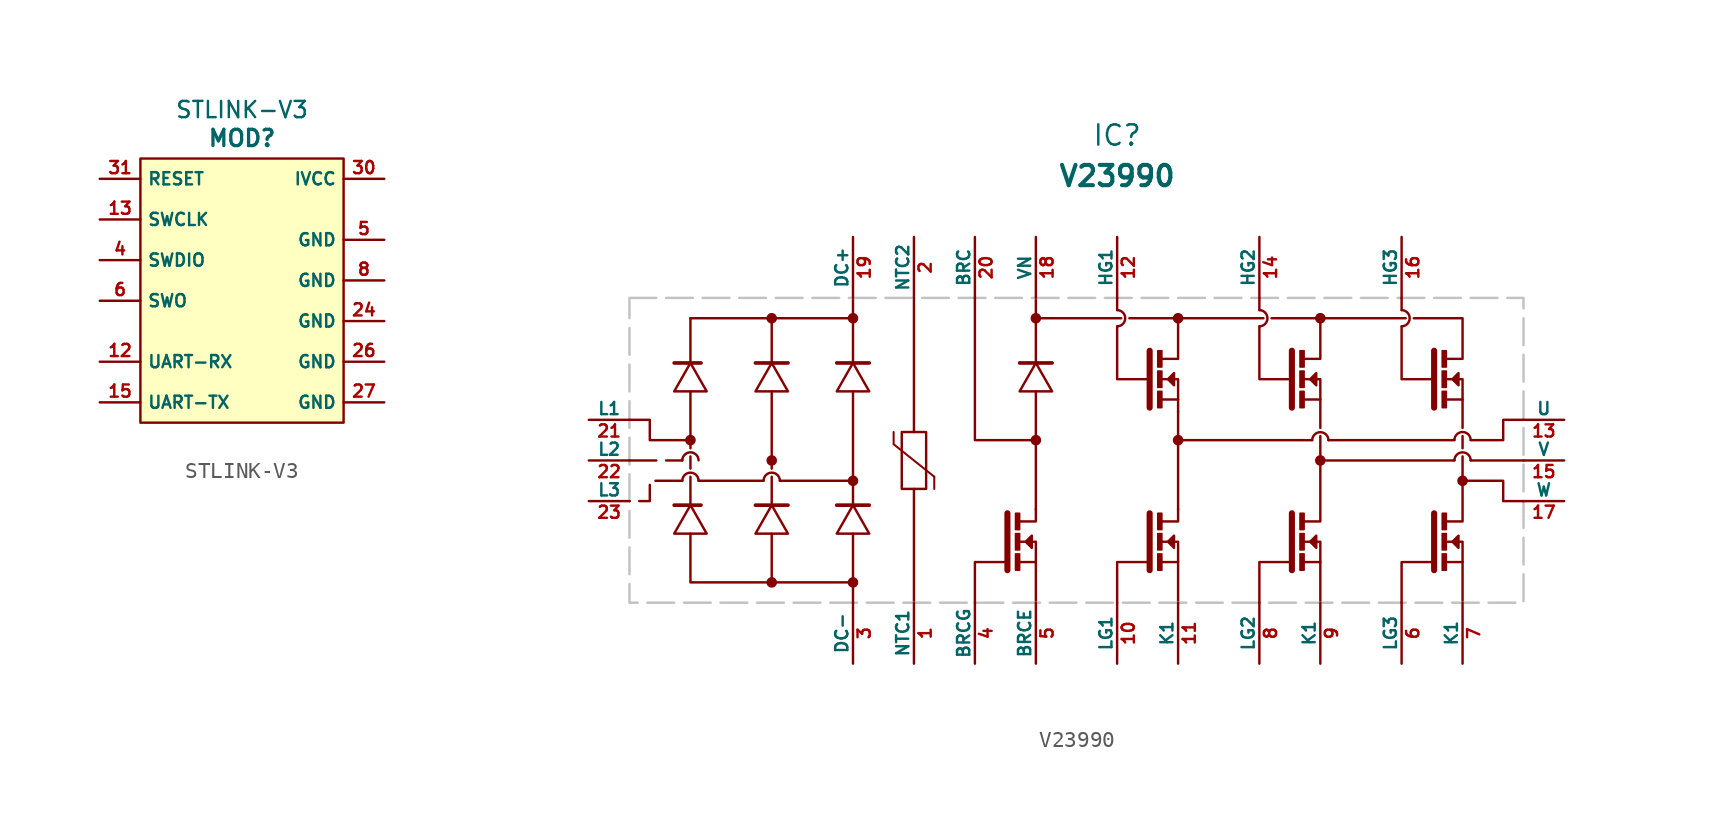
<source format=kicad_sym>
(kicad_symbol_lib
  (version 20220914)
  (generator kicad_symbol_editor)
  (symbol "STLINK-V3"
    (pin_names
      (offset 0.406))
    (property "Reference" "MOD"
      (at 0 10.16 0)
      (effects (font (size 1.016 1.016) bold)))
    (property "Value" "STLINK-V3"
      (at 0 11.938 0)
      (effects (font (size 1.016 1.016))))
    (symbol "STLINK-V3_0_1"
      (rectangle (start -6.35 8.89) (end 6.35 -7.62) (stroke (width 0) (type solid)) (fill (type background))))
    (symbol "STLINK-V3_1_1"
      (pin passive line (at -8.89 -3.81 0) (length 2.54) (name "UART-RX" (effects (font (size 0.762 0.762)))) (number "12" (effects (font (size 0.762 0.762)))))
      (pin passive line (at -8.89 5.08 0) (length 2.54) (name "SWCLK" (effects (font (size 0.762 0.762)))) (number "13" (effects (font (size 0.762 0.762)))))
      (pin passive line (at -8.89 -6.35 0) (length 2.54) (name "UART-TX" (effects (font (size 0.762 0.762)))) (number "15" (effects (font (size 0.762 0.762)))))
      (pin power_in line (at 8.89 -1.27 180) (length 2.54) (name "GND" (effects (font (size 0.762 0.762)))) (number "24" (effects (font (size 0.762 0.762)))))
      (pin power_in line (at 8.89 -3.81 180) (length 2.54) (name "GND" (effects (font (size 0.762 0.762)))) (number "26" (effects (font (size 0.762 0.762)))))
      (pin power_in line (at 8.89 -6.35 180) (length 2.54) (name "GND" (effects (font (size 0.762 0.762)))) (number "27" (effects (font (size 0.762 0.762)))))
      (pin input line (at 8.89 7.62 180) (length 2.54) (name "IVCC" (effects (font (size 0.762 0.762)))) (number "30" (effects (font (size 0.762 0.762)))))
      (pin passive line (at -8.89 7.62 0) (length 2.54) (name "RESET" (effects (font (size 0.762 0.762)))) (number "31" (effects (font (size 0.762 0.762)))))
      (pin passive line (at -8.89 2.54 0) (length 2.54) (name "SWDIO" (effects (font (size 0.762 0.762)))) (number "4" (effects (font (size 0.762 0.762)))))
      (pin power_in line (at 8.89 3.81 180) (length 2.54) (name "GND" (effects (font (size 0.762 0.762)))) (number "5" (effects (font (size 0.762 0.762)))))
      (pin passive line (at -8.89 0 0) (length 2.54) (name "SWO" (effects (font (size 0.762 0.762)))) (number "6" (effects (font (size 0.762 0.762)))))
      (pin power_in line (at 8.89 1.27 180) (length 2.54) (name "GND" (effects (font (size 0.762 0.762)))) (number "8" (effects (font (size 0.762 0.762)))))))
  (symbol "V23990"
    (pin_names
      (offset 0))
    (property "Reference" "IC"
      (at 0 20.32 0)
      (effects (font (size 1.27 1.27))))
    (property "Value" "V23990"
      (at 0 17.78 0)
      (effects (font (size 1.27 1.27) bold)))
    (symbol "V23990_0_1"
      (rectangle (start -13.462 1.778) (end -11.938 -1.778) (stroke (width 0) (type solid)) (fill (type none)))
      (polyline (pts (xy -26.67 -1.016) (xy -26.67 -2.794)) (stroke (width 0) (type solid)) (fill (type none)))
      (polyline (pts (xy -26.67 0.254) (xy -26.67 -0.508)) (stroke (width 0) (type solid)) (fill (type none)))
      (polyline (pts (xy -26.67 4.318) (xy -26.67 0.762)) (stroke (width 0) (type solid)) (fill (type none)))
      (polyline (pts (xy -26.67 8.89) (xy -26.67 6.096)) (stroke (width 0) (type solid)) (fill (type none)))
      (polyline (pts (xy -21.59 -1.016) (xy -21.59 -2.794)) (stroke (width 0) (type solid)) (fill (type none)))
      (polyline (pts (xy -21.59 4.318) (xy -21.59 -0.508)) (stroke (width 0) (type solid)) (fill (type none)))
      (polyline (pts (xy -21.59 8.89) (xy -21.59 6.096)) (stroke (width 0) (type solid)) (fill (type none)))
      (polyline (pts (xy -16.51 4.318) (xy -16.51 -2.794)) (stroke (width 0) (type solid)) (fill (type none)))
      (polyline (pts (xy -16.51 10.16) (xy -16.51 6.096)) (stroke (width 0) (type solid)) (fill (type none)))
      (polyline (pts (xy -12.7 -1.778) (xy -12.7 -8.89)) (stroke (width 0) (type default)) (fill (type none)))
      (polyline (pts (xy -12.7 10.16) (xy -12.7 1.778)) (stroke (width 0) (type default)) (fill (type none)))
      (polyline (pts (xy -11.43 -1.016) (xy -11.43 -1.778)) (stroke (width 0.127) (type solid)) (fill (type none)))
      (polyline (pts (xy -6.858 -3.302) (xy -6.858 -6.858)) (stroke (width 0.381) (type solid)) (fill (type none)))
      (polyline (pts (xy -5.08 10.16) (xy -5.08 6.096)) (stroke (width 0) (type solid)) (fill (type none)))
      (polyline (pts (xy 2.032 -3.302) (xy 2.032 -6.858)) (stroke (width 0.381) (type solid)) (fill (type none)))
      (polyline (pts (xy 2.032 6.858) (xy 2.032 3.302)) (stroke (width 0.381) (type solid)) (fill (type none)))
      (polyline (pts (xy 10.922 -3.302) (xy 10.922 -6.858)) (stroke (width 0.381) (type solid)) (fill (type none)))
      (polyline (pts (xy 10.922 6.858) (xy 10.922 3.302)) (stroke (width 0.381) (type solid)) (fill (type none)))
      (polyline (pts (xy 19.812 -3.302) (xy 19.812 -6.858)) (stroke (width 0.381) (type solid)) (fill (type none)))
      (polyline (pts (xy 19.812 6.858) (xy 19.812 3.302)) (stroke (width 0.381) (type solid)) (fill (type none)))
      (polyline (pts (xy -11.43 -1.016) (xy -13.97 1.016) (xy -13.97 1.778)) (stroke (width 0.127) (type solid)) (fill (type none)))
      (polyline (pts (xy -6.223 -5.08) (xy -5.08 -5.08) (xy -5.08 -6.35)) (stroke (width 0) (type solid)) (fill (type none)))
      (polyline (pts (xy -6.096 -6.35) (xy -5.08 -6.35) (xy -5.08 -8.89)) (stroke (width 0) (type solid)) (fill (type none)))
      (polyline (pts (xy -6.096 -3.81) (xy -5.08 -3.81) (xy -5.08 -3.048)) (stroke (width 0) (type solid)) (fill (type none)))
      (polyline (pts (xy 2.667 -5.08) (xy 3.81 -5.08) (xy 3.81 -6.35)) (stroke (width 0) (type solid)) (fill (type none)))
      (polyline (pts (xy 2.667 5.08) (xy 3.81 5.08) (xy 3.81 3.81)) (stroke (width 0) (type solid)) (fill (type none)))
      (polyline (pts (xy 2.794 -6.35) (xy 3.81 -6.35) (xy 3.81 -8.89)) (stroke (width 0) (type solid)) (fill (type none)))
      (polyline (pts (xy 2.794 -3.81) (xy 3.81 -3.81) (xy 3.81 -3.048)) (stroke (width 0) (type solid)) (fill (type none)))
      (polyline (pts (xy 2.794 3.81) (xy 3.81 3.81) (xy 3.81 3.048)) (stroke (width 0) (type solid)) (fill (type none)))
      (polyline (pts (xy 2.794 6.35) (xy 3.81 6.35) (xy 3.81 8.89)) (stroke (width 0) (type solid)) (fill (type none)))
      (polyline (pts (xy 11.557 -5.08) (xy 12.7 -5.08) (xy 12.7 -6.35)) (stroke (width 0) (type solid)) (fill (type none)))
      (polyline (pts (xy 11.557 5.08) (xy 12.7 5.08) (xy 12.7 3.81)) (stroke (width 0) (type solid)) (fill (type none)))
      (polyline (pts (xy 11.684 -6.35) (xy 12.7 -6.35) (xy 12.7 -8.89)) (stroke (width 0) (type solid)) (fill (type none)))
      (polyline (pts (xy 11.684 -3.81) (xy 12.7 -3.81) (xy 12.7 1.524)) (stroke (width 0) (type solid)) (fill (type none)))
      (polyline (pts (xy 11.684 3.81) (xy 12.7 3.81) (xy 12.7 2.032)) (stroke (width 0) (type solid)) (fill (type none)))
      (polyline (pts (xy 11.684 6.35) (xy 12.7 6.35) (xy 12.7 8.89)) (stroke (width 0) (type solid)) (fill (type none)))
      (polyline (pts (xy 20.447 -5.08) (xy 21.59 -5.08) (xy 21.59 -6.35)) (stroke (width 0) (type solid)) (fill (type none)))
      (polyline (pts (xy 20.447 5.08) (xy 21.59 5.08) (xy 21.59 3.81)) (stroke (width 0) (type solid)) (fill (type none)))
      (polyline (pts (xy 20.574 -6.35) (xy 21.59 -6.35) (xy 21.59 -8.89)) (stroke (width 0) (type solid)) (fill (type none)))
      (polyline (pts (xy 20.574 -3.81) (xy 21.59 -3.81) (xy 21.59 0.254)) (stroke (width 0) (type solid)) (fill (type none)))
      (polyline (pts (xy 20.574 3.81) (xy 21.59 3.81) (xy 21.59 2.032)) (stroke (width 0) (type solid)) (fill (type none)))
      (polyline (pts (xy -5.715 -5.08) (xy -5.334 -4.699) (xy -5.334 -5.461) (xy -5.715 -5.08)) (stroke (width 0) (type solid)) (fill (type outline)))
      (polyline (pts (xy 3.175 -5.08) (xy 3.556 -4.699) (xy 3.556 -5.461) (xy 3.175 -5.08)) (stroke (width 0) (type solid)) (fill (type outline)))
      (polyline (pts (xy 3.175 5.08) (xy 3.556 5.461) (xy 3.556 4.699) (xy 3.175 5.08)) (stroke (width 0) (type solid)) (fill (type outline)))
      (polyline (pts (xy 12.065 -5.08) (xy 12.446 -4.699) (xy 12.446 -5.461) (xy 12.065 -5.08)) (stroke (width 0) (type solid)) (fill (type outline)))
      (polyline (pts (xy 12.065 5.08) (xy 12.446 5.461) (xy 12.446 4.699) (xy 12.065 5.08)) (stroke (width 0) (type solid)) (fill (type outline)))
      (polyline (pts (xy 20.955 -5.08) (xy 21.336 -4.699) (xy 21.336 -5.461) (xy 20.955 -5.08)) (stroke (width 0) (type solid)) (fill (type outline)))
      (polyline (pts (xy 20.955 5.08) (xy 21.336 5.461) (xy 21.336 4.699) (xy 20.955 5.08)) (stroke (width 0) (type solid)) (fill (type outline)))
      (polyline (pts (xy -26.67 -4.572) (xy -25.654 -4.572) (xy -26.67 -2.794) (xy -27.686 -4.572) (xy -26.67 -4.572)) (stroke (width 0) (type solid)) (fill (type none)))
      (polyline (pts (xy -26.67 4.318) (xy -25.654 4.318) (xy -26.67 6.096) (xy -27.686 4.318) (xy -26.67 4.318)) (stroke (width 0) (type solid)) (fill (type none)))
      (polyline (pts (xy -21.59 -4.572) (xy -20.574 -4.572) (xy -21.59 -2.794) (xy -22.606 -4.572) (xy -21.59 -4.572)) (stroke (width 0) (type solid)) (fill (type none)))
      (polyline (pts (xy -21.59 4.318) (xy -20.574 4.318) (xy -21.59 6.096) (xy -22.606 4.318) (xy -21.59 4.318)) (stroke (width 0) (type solid)) (fill (type none)))
      (polyline (pts (xy -16.51 -4.572) (xy -15.494 -4.572) (xy -16.51 -2.794) (xy -17.526 -4.572) (xy -16.51 -4.572)) (stroke (width 0) (type solid)) (fill (type none)))
      (polyline (pts (xy -16.51 4.318) (xy -15.494 4.318) (xy -16.51 6.096) (xy -17.526 4.318) (xy -16.51 4.318)) (stroke (width 0) (type solid)) (fill (type none)))
      (polyline (pts (xy -6.35 -5.842) (xy -6.35 -6.858) (xy -6.096 -6.858) (xy -6.096 -5.842) (xy -6.35 -5.842)) (stroke (width 0.102) (type solid)) (fill (type outline)))
      (polyline (pts (xy -6.35 -4.572) (xy -6.35 -5.588) (xy -6.096 -5.588) (xy -6.096 -4.572) (xy -6.35 -4.572)) (stroke (width 0.102) (type solid)) (fill (type outline)))
      (polyline (pts (xy -6.35 -3.302) (xy -6.35 -4.318) (xy -6.096 -4.318) (xy -6.096 -3.302) (xy -6.35 -3.302)) (stroke (width 0.102) (type solid)) (fill (type outline)))
      (polyline (pts (xy -5.08 4.318) (xy -4.064 4.318) (xy -5.08 6.096) (xy -6.096 4.318) (xy -5.08 4.318)) (stroke (width 0) (type solid)) (fill (type none)))
      (polyline (pts (xy 2.54 -5.842) (xy 2.54 -6.858) (xy 2.794 -6.858) (xy 2.794 -5.842) (xy 2.54 -5.842)) (stroke (width 0.102) (type solid)) (fill (type outline)))
      (polyline (pts (xy 2.54 -4.572) (xy 2.54 -5.588) (xy 2.794 -5.588) (xy 2.794 -4.572) (xy 2.54 -4.572)) (stroke (width 0.102) (type solid)) (fill (type outline)))
      (polyline (pts (xy 2.54 -3.302) (xy 2.54 -4.318) (xy 2.794 -4.318) (xy 2.794 -3.302) (xy 2.54 -3.302)) (stroke (width 0.102) (type solid)) (fill (type outline)))
      (polyline (pts (xy 2.54 4.318) (xy 2.54 3.302) (xy 2.794 3.302) (xy 2.794 4.318) (xy 2.54 4.318)) (stroke (width 0.102) (type solid)) (fill (type outline)))
      (polyline (pts (xy 2.54 5.588) (xy 2.54 4.572) (xy 2.794 4.572) (xy 2.794 5.588) (xy 2.54 5.588)) (stroke (width 0.102) (type solid)) (fill (type outline)))
      (polyline (pts (xy 2.54 6.858) (xy 2.54 5.842) (xy 2.794 5.842) (xy 2.794 6.858) (xy 2.54 6.858)) (stroke (width 0.102) (type solid)) (fill (type outline)))
      (polyline (pts (xy 11.43 -5.842) (xy 11.43 -6.858) (xy 11.684 -6.858) (xy 11.684 -5.842) (xy 11.43 -5.842)) (stroke (width 0.102) (type solid)) (fill (type outline)))
      (polyline (pts (xy 11.43 -4.572) (xy 11.43 -5.588) (xy 11.684 -5.588) (xy 11.684 -4.572) (xy 11.43 -4.572)) (stroke (width 0.102) (type solid)) (fill (type outline)))
      (polyline (pts (xy 11.43 -3.302) (xy 11.43 -4.318) (xy 11.684 -4.318) (xy 11.684 -3.302) (xy 11.43 -3.302)) (stroke (width 0.102) (type solid)) (fill (type outline)))
      (polyline (pts (xy 11.43 4.318) (xy 11.43 3.302) (xy 11.684 3.302) (xy 11.684 4.318) (xy 11.43 4.318)) (stroke (width 0.102) (type solid)) (fill (type outline)))
      (polyline (pts (xy 11.43 5.588) (xy 11.43 4.572) (xy 11.684 4.572) (xy 11.684 5.588) (xy 11.43 5.588)) (stroke (width 0.102) (type solid)) (fill (type outline)))
      (polyline (pts (xy 11.43 6.858) (xy 11.43 5.842) (xy 11.684 5.842) (xy 11.684 6.858) (xy 11.43 6.858)) (stroke (width 0.102) (type solid)) (fill (type outline)))
      (polyline (pts (xy 20.32 -5.842) (xy 20.32 -6.858) (xy 20.574 -6.858) (xy 20.574 -5.842) (xy 20.32 -5.842)) (stroke (width 0.102) (type solid)) (fill (type outline)))
      (polyline (pts (xy 20.32 -4.572) (xy 20.32 -5.588) (xy 20.574 -5.588) (xy 20.574 -4.572) (xy 20.32 -4.572)) (stroke (width 0.102) (type solid)) (fill (type outline)))
      (polyline (pts (xy 20.32 -3.302) (xy 20.32 -4.318) (xy 20.574 -4.318) (xy 20.574 -3.302) (xy 20.32 -3.302)) (stroke (width 0.102) (type solid)) (fill (type outline)))
      (polyline (pts (xy 20.32 4.318) (xy 20.32 3.302) (xy 20.574 3.302) (xy 20.574 4.318) (xy 20.32 4.318)) (stroke (width 0.102) (type solid)) (fill (type outline)))
      (polyline (pts (xy 20.32 5.588) (xy 20.32 4.572) (xy 20.574 4.572) (xy 20.574 5.588) (xy 20.32 5.588)) (stroke (width 0.102) (type solid)) (fill (type outline)))
      (polyline (pts (xy 20.32 6.858) (xy 20.32 5.842) (xy 20.574 5.842) (xy 20.574 6.858) (xy 20.32 6.858)) (stroke (width 0.102) (type solid)) (fill (type outline))))
    (symbol "V23990_1_1"
      (rectangle (start -30.48 10.16) (end 25.4 -8.89) (stroke (width 0) (type dash) (color 194 194 194 1)) (fill (type none)))
      (circle (center -26.67 1.27) (radius 0.254) (stroke (width 0) (type default)) (fill (type outline)))
      (arc (start -26.162 -1.2599) (mid -26.67 -0.7619) (end -27.178 -1.2599) (stroke (width 0) (type default)) (fill (type none)))
      (arc (start -26.162 0.0101) (mid -26.67 0.5081) (end -27.178 0.0101) (stroke (width 0) (type default)) (fill (type none)))
      (circle (center -21.59 -7.62) (radius 0.254) (stroke (width 0) (type default)) (fill (type outline)))
      (circle (center -21.59 0) (radius 0.254) (stroke (width 0) (type default)) (fill (type outline)))
      (circle (center -21.59 8.89) (radius 0.254) (stroke (width 0) (type default)) (fill (type outline)))
      (arc (start -21.082 -1.2599) (mid -21.59 -0.7619) (end -22.098 -1.2599) (stroke (width 0) (type default)) (fill (type none)))
      (circle (center -16.51 -7.62) (radius 0.254) (stroke (width 0) (type default)) (fill (type outline)))
      (circle (center -16.51 -1.27) (radius 0.254) (stroke (width 0) (type default)) (fill (type outline)))
      (circle (center -16.51 8.89) (radius 0.254) (stroke (width 0) (type default)) (fill (type outline)))
      (circle (center -5.08 1.27) (radius 0.254) (stroke (width 0) (type default)) (fill (type outline)))
      (circle (center -5.08 8.89) (radius 0.254) (stroke (width 0) (type default)) (fill (type outline)))
      (polyline (pts (xy -30.48 0) (xy -27.178 0)) (stroke (width 0) (type default)) (fill (type none)))
      (polyline (pts (xy -27.686 -2.794) (xy -25.654 -2.794)) (stroke (width 0.229) (type default)) (fill (type none)))
      (polyline (pts (xy -27.686 6.096) (xy -25.654 6.096)) (stroke (width 0.229) (type default)) (fill (type none)))
      (polyline (pts (xy -22.606 -2.794) (xy -20.574 -2.794)) (stroke (width 0.229) (type default)) (fill (type none)))
      (polyline (pts (xy -22.606 6.096) (xy -20.574 6.096)) (stroke (width 0.229) (type default)) (fill (type none)))
      (polyline (pts (xy -22.098 -1.27) (xy -26.162 -1.27)) (stroke (width 0) (type default)) (fill (type none)))
      (polyline (pts (xy -21.59 -4.572) (xy -21.59 -7.62)) (stroke (width 0) (type default)) (fill (type none)))
      (polyline (pts (xy -21.082 -1.27) (xy -16.51 -1.27)) (stroke (width 0) (type default)) (fill (type none)))
      (polyline (pts (xy -17.526 -2.794) (xy -15.494 -2.794)) (stroke (width 0.229) (type default)) (fill (type none)))
      (polyline (pts (xy -17.526 6.096) (xy -15.494 6.096)) (stroke (width 0.229) (type default)) (fill (type none)))
      (polyline (pts (xy -16.51 -8.89) (xy -16.51 -7.62)) (stroke (width 0) (type default)) (fill (type none)))
      (polyline (pts (xy -16.51 8.89) (xy -26.67 8.89)) (stroke (width 0) (type default)) (fill (type none)))
      (polyline (pts (xy -6.096 6.096) (xy -4.064 6.096)) (stroke (width 0.229) (type default)) (fill (type none)))
      (polyline (pts (xy -5.08 4.318) (xy -5.08 -3.048)) (stroke (width 0) (type default)) (fill (type none)))
      (polyline (pts (xy 0 10.16) (xy 0 9.398)) (stroke (width 0) (type default)) (fill (type none)))
      (polyline (pts (xy 0.254 8.89) (xy -5.08 8.89)) (stroke (width 0) (type default)) (fill (type none)))
      (polyline (pts (xy 3.81 1.27) (xy 12.192 1.27)) (stroke (width 0) (type default)) (fill (type none)))
      (polyline (pts (xy 3.81 3.048) (xy 3.81 -3.048)) (stroke (width 0) (type default)) (fill (type none)))
      (polyline (pts (xy 8.89 10.16) (xy 8.89 9.398)) (stroke (width 0) (type default)) (fill (type none)))
      (polyline (pts (xy 9.144 8.89) (xy 0.762 8.89)) (stroke (width 0) (type default)) (fill (type none)))
      (polyline (pts (xy 12.7 0) (xy 21.082 0)) (stroke (width 0) (type default)) (fill (type none)))
      (polyline (pts (xy 13.208 1.27) (xy 21.082 1.27)) (stroke (width 0) (type default)) (fill (type none)))
      (polyline (pts (xy 17.78 10.16) (xy 17.78 9.398)) (stroke (width 0) (type default)) (fill (type none)))
      (polyline (pts (xy 18.034 8.89) (xy 9.652 8.89)) (stroke (width 0) (type default)) (fill (type none)))
      (polyline (pts (xy 21.59 1.524) (xy 21.59 0.762)) (stroke (width 0) (type default)) (fill (type none)))
      (polyline (pts (xy 22.098 0) (xy 25.4 0)) (stroke (width 0) (type default)) (fill (type none)))
      (polyline (pts (xy -8.89 10.16) (xy -8.89 1.27) (xy -5.08 1.27)) (stroke (width 0) (type default)) (fill (type none)))
      (polyline (pts (xy -6.858 -6.35) (xy -8.89 -6.35) (xy -8.89 -8.89)) (stroke (width 0) (type default)) (fill (type none)))
      (polyline (pts (xy 0 8.382) (xy 0 5.08) (xy 2.032 5.08)) (stroke (width 0) (type default)) (fill (type none)))
      (polyline (pts (xy 2.032 -6.35) (xy 0 -6.35) (xy 0 -8.89)) (stroke (width 0) (type default)) (fill (type none)))
      (polyline (pts (xy 8.89 8.382) (xy 8.89 5.08) (xy 10.922 5.08)) (stroke (width 0) (type default)) (fill (type none)))
      (polyline (pts (xy 10.922 -6.35) (xy 8.89 -6.35) (xy 8.89 -8.89)) (stroke (width 0) (type default)) (fill (type none)))
      (polyline (pts (xy 17.78 8.382) (xy 17.78 5.08) (xy 19.812 5.08)) (stroke (width 0) (type default)) (fill (type none)))
      (polyline (pts (xy 19.812 -6.35) (xy 17.78 -6.35) (xy 17.78 -8.89)) (stroke (width 0) (type default)) (fill (type none)))
      (polyline (pts (xy -27.178 -1.27) (xy -29.21 -1.27) (xy -29.21 -2.54) (xy -30.48 -2.54)) (stroke (width 0) (type default)) (fill (type none)))
      (polyline (pts (xy -26.67 -4.572) (xy -26.67 -7.62) (xy -16.51 -7.62) (xy -16.51 -4.572)) (stroke (width 0) (type default)) (fill (type none)))
      (polyline (pts (xy -26.67 1.27) (xy -29.21 1.27) (xy -29.21 2.54) (xy -30.48 2.54)) (stroke (width 0) (type default)) (fill (type none)))
      (polyline (pts (xy 20.574 6.35) (xy 21.59 6.35) (xy 21.59 8.89) (xy 18.542 8.89)) (stroke (width 0) (type default)) (fill (type none)))
      (polyline (pts (xy 21.59 -1.27) (xy 24.13 -1.27) (xy 24.13 -2.54) (xy 25.4 -2.54)) (stroke (width 0) (type default)) (fill (type none)))
      (polyline (pts (xy 25.4 2.54) (xy 24.13 2.54) (xy 24.13 1.27) (xy 22.098 1.27)) (stroke (width 0) (type default)) (fill (type none)))
      (arc (start 0.0101 8.382) (mid 0.5081 8.89) (end 0.0101 9.398) (stroke (width 0) (type default)) (fill (type none)))
      (circle (center 3.81 1.27) (radius 0.254) (stroke (width 0) (type default)) (fill (type outline)))
      (circle (center 3.81 8.89) (radius 0.254) (stroke (width 0) (type default)) (fill (type outline)))
      (arc (start 8.9001 8.382) (mid 9.3981 8.89) (end 8.9001 9.398) (stroke (width 0) (type default)) (fill (type none)))
      (circle (center 12.7 0) (radius 0.254) (stroke (width 0) (type default)) (fill (type outline)))
      (circle (center 12.7 8.89) (radius 0.254) (stroke (width 0) (type default)) (fill (type outline)))
      (arc (start 13.208 1.27) (mid 12.7 1.768) (end 12.192 1.27) (stroke (width 0) (type default)) (fill (type none)))
      (arc (start 17.7901 8.382) (mid 18.2881 8.89) (end 17.7901 9.398) (stroke (width 0) (type default)) (fill (type none)))
      (circle (center 21.59 -1.27) (radius 0.254) (stroke (width 0) (type default)) (fill (type outline)))
      (arc (start 22.098 0.0101) (mid 21.59 0.5081) (end 21.082 0.0101) (stroke (width 0) (type default)) (fill (type none)))
      (arc (start 22.098 1.2801) (mid 21.59 1.7781) (end 21.082 1.2801) (stroke (width 0) (type default)) (fill (type none)))
      (pin passive line (at -12.7 -12.7 90) (length 3.81) (name "NTC1" (effects (font (size 0.762 0.762)))) (number "1" (effects (font (size 0.762 0.762)))))
      (pin input line (at 0 -12.7 90) (length 3.81) (name "LG1" (effects (font (size 0.762 0.762)))) (number "10" (effects (font (size 0.762 0.762)))))
      (pin passive line (at 3.81 -12.7 90) (length 3.81) (name "K1" (effects (font (size 0.762 0.762)))) (number "11" (effects (font (size 0.762 0.762)))))
      (pin input line (at 0 13.97 270) (length 3.81) (name "HG1" (effects (font (size 0.762 0.762)))) (number "12" (effects (font (size 0.762 0.762)))))
      (pin output line (at 27.94 2.54 180) (length 2.54) (name "U" (effects (font (size 0.762 0.762)))) (number "13" (effects (font (size 0.762 0.762)))))
      (pin input line (at 8.89 13.97 270) (length 3.81) (name "HG2" (effects (font (size 0.762 0.762)))) (number "14" (effects (font (size 0.762 0.762)))))
      (pin output line (at 27.94 0 180) (length 2.54) (name "V" (effects (font (size 0.762 0.762)))) (number "15" (effects (font (size 0.762 0.762)))))
      (pin input line (at 17.78 13.97 270) (length 3.81) (name "HG3" (effects (font (size 0.762 0.762)))) (number "16" (effects (font (size 0.762 0.762)))))
      (pin output line (at 27.94 -2.54 180) (length 2.54) (name "W" (effects (font (size 0.762 0.762)))) (number "17" (effects (font (size 0.762 0.762)))))
      (pin power_in line (at -5.08 13.97 270) (length 3.81) (name "VN" (effects (font (size 0.762 0.762)))) (number "18" (effects (font (size 0.762 0.762)))))
      (pin power_out line (at -16.51 13.97 270) (length 3.81) (name "DC+" (effects (font (size 0.762 0.762)))) (number "19" (effects (font (size 0.762 0.762)))))
      (pin passive line (at -12.7 13.97 270) (length 3.81) (name "NTC2" (effects (font (size 0.762 0.762)))) (number "2" (effects (font (size 0.762 0.762)))))
      (pin bidirectional line (at -8.89 13.97 270) (length 3.81) (name "BRC" (effects (font (size 0.762 0.762)))) (number "20" (effects (font (size 0.762 0.762)))))
      (pin power_in line (at -33.02 2.54 0) (length 2.54) (name "L1" (effects (font (size 0.762 0.762)))) (number "21" (effects (font (size 0.762 0.762)))))
      (pin power_in line (at -33.02 0 0) (length 2.54) (name "L2" (effects (font (size 0.762 0.762)))) (number "22" (effects (font (size 0.762 0.762)))))
      (pin power_in line (at -33.02 -2.54 0) (length 2.54) (name "L3" (effects (font (size 0.762 0.762)))) (number "23" (effects (font (size 0.762 0.762)))))
      (pin power_out line (at -16.51 -12.7 90) (length 3.81) (name "DC-" (effects (font (size 0.762 0.762)))) (number "3" (effects (font (size 0.762 0.762)))))
      (pin input line (at -8.89 -12.7 90) (length 3.81) (name "BRCG" (effects (font (size 0.762 0.762)))) (number "4" (effects (font (size 0.762 0.762)))))
      (pin passive line (at -5.08 -12.7 90) (length 3.81) (name "BRCE" (effects (font (size 0.762 0.762)))) (number "5" (effects (font (size 0.762 0.762)))))
      (pin input line (at 17.78 -12.7 90) (length 3.81) (name "LG3" (effects (font (size 0.762 0.762)))) (number "6" (effects (font (size 0.762 0.762)))))
      (pin passive line (at 21.59 -12.7 90) (length 3.81) (name "K1" (effects (font (size 0.762 0.762)))) (number "7" (effects (font (size 0.762 0.762)))))
      (pin input line (at 8.89 -12.7 90) (length 3.81) (name "LG2" (effects (font (size 0.762 0.762)))) (number "8" (effects (font (size 0.762 0.762)))))
      (pin passive line (at 12.7 -12.7 90) (length 3.81) (name "K1" (effects (font (size 0.762 0.762)))) (number "9" (effects (font (size 0.762 0.762))))))))
</source>
